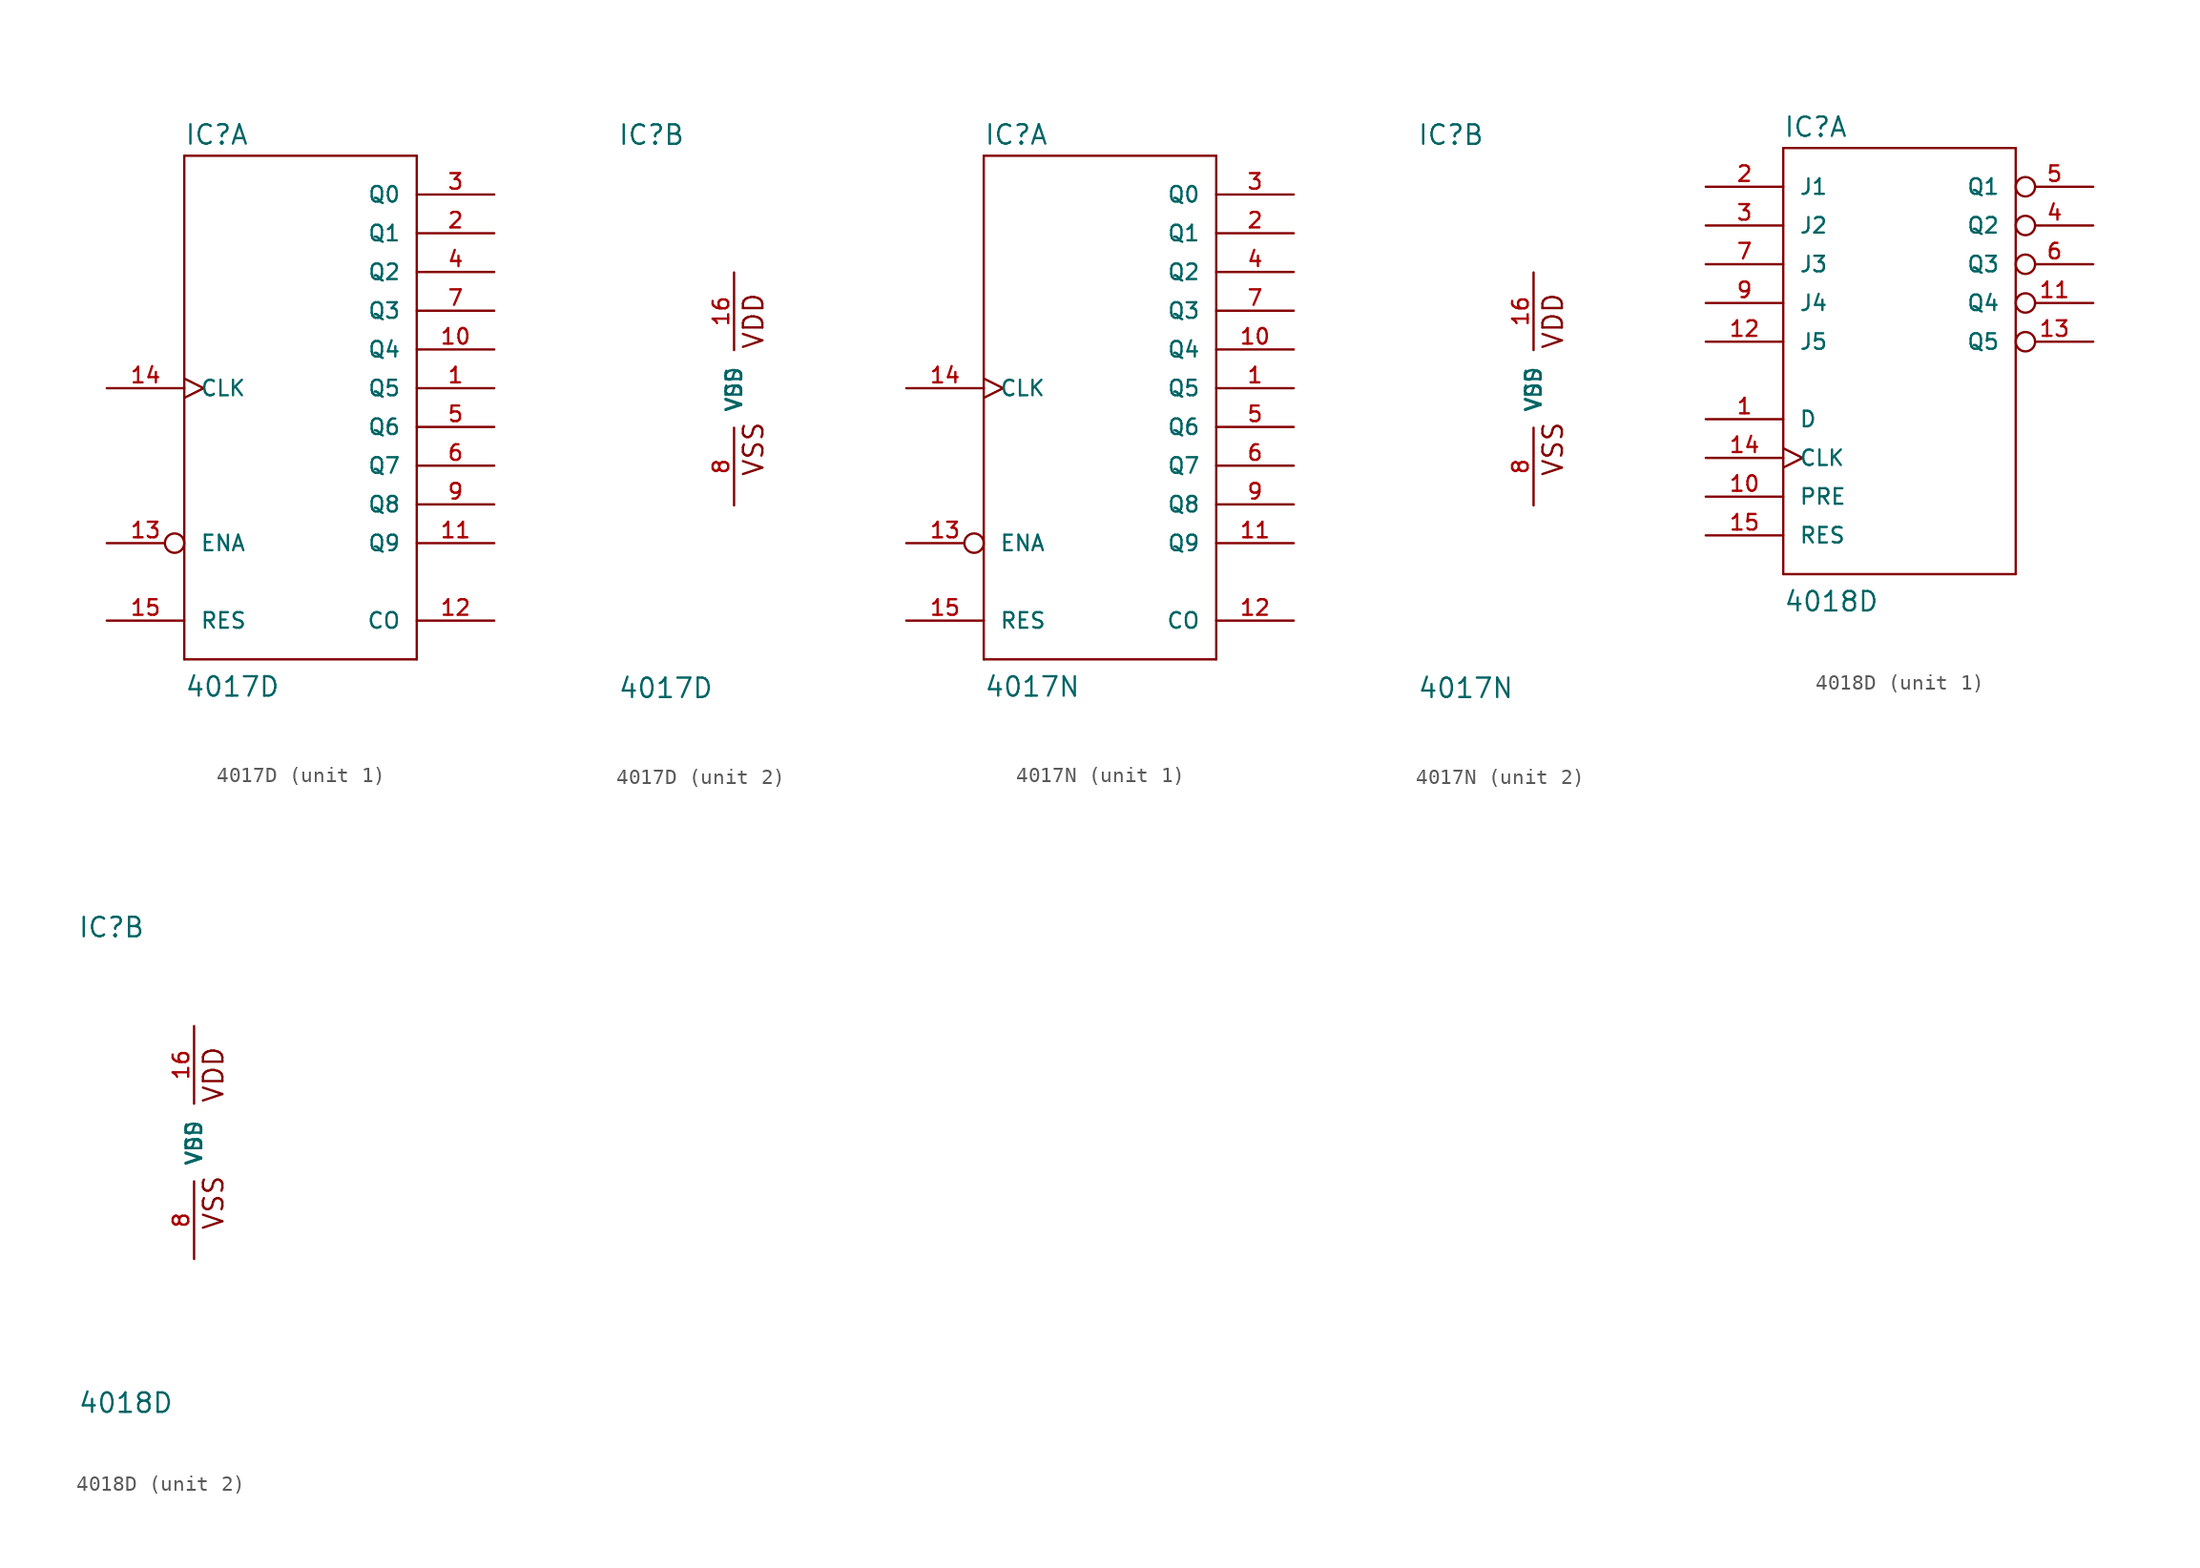
<source format=kicad_sym>
(kicad_symbol_lib
  (version 20211014)
  (generator kicad_symbol_editor)
  (symbol "4017D"
    (pin_names
      (offset 1.016))
    (property "Reference" "IC"
      (at -7.62 15.875 0)
      (effects (font (size 1.27 1.27)) (justify left bottom)))
    (property "Value" "4017D"
      (at -7.62 -20.32 0)
      (effects (font (size 1.27 1.27)) (justify left bottom)))
    (property "ki_locked" ""
      (at 0 0 0)
      (effects (font (size 1.27 1.27))))
    (symbol "4017D_1_0"
      (polyline (pts (xy -7.62 -17.78) (xy 7.62 -17.78)) (stroke (width 0) (type default) (color 0 0 0 0)) (fill (type none)))
      (polyline (pts (xy -7.62 15.24) (xy -7.62 -17.78)) (stroke (width 0) (type default) (color 0 0 0 0)) (fill (type none)))
      (polyline (pts (xy 7.62 -17.78) (xy 7.62 15.24)) (stroke (width 0) (type default) (color 0 0 0 0)) (fill (type none)))
      (polyline (pts (xy 7.62 15.24) (xy -7.62 15.24)) (stroke (width 0) (type default) (color 0 0 0 0)) (fill (type none))))
    (symbol "4017D_1_1"
      (pin output line (at 12.7 0 180) (length 5.08) (name "Q5" (effects (font (size 1.016 1.016)))) (number "1" (effects (font (size 1.016 1.016)))))
      (pin output line (at 12.7 2.54 180) (length 5.08) (name "Q4" (effects (font (size 1.016 1.016)))) (number "10" (effects (font (size 1.016 1.016)))))
      (pin output line (at 12.7 -10.16 180) (length 5.08) (name "Q9" (effects (font (size 1.016 1.016)))) (number "11" (effects (font (size 1.016 1.016)))))
      (pin output line (at 12.7 -15.24 180) (length 5.08) (name "CO" (effects (font (size 1.016 1.016)))) (number "12" (effects (font (size 1.016 1.016)))))
      (pin input inverted (at -12.7 -10.16 0) (length 5.08) (name "ENA" (effects (font (size 1.016 1.016)))) (number "13" (effects (font (size 1.016 1.016)))))
      (pin input clock (at -12.7 0 0) (length 5.08) (name "CLK" (effects (font (size 1.016 1.016)))) (number "14" (effects (font (size 1.016 1.016)))))
      (pin input line (at -12.7 -15.24 0) (length 5.08) (name "RES" (effects (font (size 1.016 1.016)))) (number "15" (effects (font (size 1.016 1.016)))))
      (pin output line (at 12.7 10.16 180) (length 5.08) (name "Q1" (effects (font (size 1.016 1.016)))) (number "2" (effects (font (size 1.016 1.016)))))
      (pin output line (at 12.7 12.7 180) (length 5.08) (name "Q0" (effects (font (size 1.016 1.016)))) (number "3" (effects (font (size 1.016 1.016)))))
      (pin output line (at 12.7 7.62 180) (length 5.08) (name "Q2" (effects (font (size 1.016 1.016)))) (number "4" (effects (font (size 1.016 1.016)))))
      (pin output line (at 12.7 -2.54 180) (length 5.08) (name "Q6" (effects (font (size 1.016 1.016)))) (number "5" (effects (font (size 1.016 1.016)))))
      (pin output line (at 12.7 -5.08 180) (length 5.08) (name "Q7" (effects (font (size 1.016 1.016)))) (number "6" (effects (font (size 1.016 1.016)))))
      (pin output line (at 12.7 5.08 180) (length 5.08) (name "Q3" (effects (font (size 1.016 1.016)))) (number "7" (effects (font (size 1.016 1.016)))))
      (pin output line (at 12.7 -7.62 180) (length 5.08) (name "Q8" (effects (font (size 1.016 1.016)))) (number "9" (effects (font (size 1.016 1.016))))))
    (symbol "4017D_2_0"
      (text "VDD" (at 1.27 4.445 1) (effects (font (size 1.27 1.27))))
      (text "VSS" (at 1.27 -3.937 1) (effects (font (size 1.27 1.27)))))
    (symbol "4017D_2_1"
      (pin power_in line (at 0 7.62 270) (length 5.08) (name "VDD" (effects (font (size 1.016 1.016)))) (number "16" (effects (font (size 1.016 1.016)))))
      (pin power_in line (at 0 -7.62 90) (length 5.08) (name "VSS" (effects (font (size 1.016 1.016)))) (number "8" (effects (font (size 1.016 1.016)))))))
  (symbol "4017N"
    (pin_names
      (offset 1.016))
    (property "Reference" "IC"
      (at -7.62 15.875 0)
      (effects (font (size 1.27 1.27)) (justify left bottom)))
    (property "Value" "4017N"
      (at -7.62 -20.32 0)
      (effects (font (size 1.27 1.27)) (justify left bottom)))
    (property "ki_locked" ""
      (at 0 0 0)
      (effects (font (size 1.27 1.27))))
    (symbol "4017N_1_0"
      (polyline (pts (xy -7.62 -17.78) (xy 7.62 -17.78)) (stroke (width 0) (type default) (color 0 0 0 0)) (fill (type none)))
      (polyline (pts (xy -7.62 15.24) (xy -7.62 -17.78)) (stroke (width 0) (type default) (color 0 0 0 0)) (fill (type none)))
      (polyline (pts (xy 7.62 -17.78) (xy 7.62 15.24)) (stroke (width 0) (type default) (color 0 0 0 0)) (fill (type none)))
      (polyline (pts (xy 7.62 15.24) (xy -7.62 15.24)) (stroke (width 0) (type default) (color 0 0 0 0)) (fill (type none))))
    (symbol "4017N_1_1"
      (pin output line (at 12.7 0 180) (length 5.08) (name "Q5" (effects (font (size 1.016 1.016)))) (number "1" (effects (font (size 1.016 1.016)))))
      (pin output line (at 12.7 2.54 180) (length 5.08) (name "Q4" (effects (font (size 1.016 1.016)))) (number "10" (effects (font (size 1.016 1.016)))))
      (pin output line (at 12.7 -10.16 180) (length 5.08) (name "Q9" (effects (font (size 1.016 1.016)))) (number "11" (effects (font (size 1.016 1.016)))))
      (pin output line (at 12.7 -15.24 180) (length 5.08) (name "CO" (effects (font (size 1.016 1.016)))) (number "12" (effects (font (size 1.016 1.016)))))
      (pin input inverted (at -12.7 -10.16 0) (length 5.08) (name "ENA" (effects (font (size 1.016 1.016)))) (number "13" (effects (font (size 1.016 1.016)))))
      (pin input clock (at -12.7 0 0) (length 5.08) (name "CLK" (effects (font (size 1.016 1.016)))) (number "14" (effects (font (size 1.016 1.016)))))
      (pin input line (at -12.7 -15.24 0) (length 5.08) (name "RES" (effects (font (size 1.016 1.016)))) (number "15" (effects (font (size 1.016 1.016)))))
      (pin output line (at 12.7 10.16 180) (length 5.08) (name "Q1" (effects (font (size 1.016 1.016)))) (number "2" (effects (font (size 1.016 1.016)))))
      (pin output line (at 12.7 12.7 180) (length 5.08) (name "Q0" (effects (font (size 1.016 1.016)))) (number "3" (effects (font (size 1.016 1.016)))))
      (pin output line (at 12.7 7.62 180) (length 5.08) (name "Q2" (effects (font (size 1.016 1.016)))) (number "4" (effects (font (size 1.016 1.016)))))
      (pin output line (at 12.7 -2.54 180) (length 5.08) (name "Q6" (effects (font (size 1.016 1.016)))) (number "5" (effects (font (size 1.016 1.016)))))
      (pin output line (at 12.7 -5.08 180) (length 5.08) (name "Q7" (effects (font (size 1.016 1.016)))) (number "6" (effects (font (size 1.016 1.016)))))
      (pin output line (at 12.7 5.08 180) (length 5.08) (name "Q3" (effects (font (size 1.016 1.016)))) (number "7" (effects (font (size 1.016 1.016)))))
      (pin output line (at 12.7 -7.62 180) (length 5.08) (name "Q8" (effects (font (size 1.016 1.016)))) (number "9" (effects (font (size 1.016 1.016))))))
    (symbol "4017N_2_0"
      (text "VDD" (at 1.27 4.445 1) (effects (font (size 1.27 1.27))))
      (text "VSS" (at 1.27 -3.937 1) (effects (font (size 1.27 1.27)))))
    (symbol "4017N_2_1"
      (pin power_in line (at 0 7.62 270) (length 5.08) (name "VDD" (effects (font (size 1.016 1.016)))) (number "16" (effects (font (size 1.016 1.016)))))
      (pin power_in line (at 0 -7.62 90) (length 5.08) (name "VSS" (effects (font (size 1.016 1.016)))) (number "8" (effects (font (size 1.016 1.016)))))))
  (symbol "4018D"
    (pin_names
      (offset 1.016))
    (property "Reference" "IC"
      (at -7.62 13.335 0)
      (effects (font (size 1.27 1.27)) (justify left bottom)))
    (property "Value" "4018D"
      (at -7.62 -17.78 0)
      (effects (font (size 1.27 1.27)) (justify left bottom)))
    (property "ki_locked" ""
      (at 0 0 0)
      (effects (font (size 1.27 1.27))))
    (symbol "4018D_1_0"
      (polyline (pts (xy -7.62 -15.24) (xy 7.62 -15.24)) (stroke (width 0) (type default) (color 0 0 0 0)) (fill (type none)))
      (polyline (pts (xy -7.62 12.7) (xy -7.62 -15.24)) (stroke (width 0) (type default) (color 0 0 0 0)) (fill (type none)))
      (polyline (pts (xy 7.62 -15.24) (xy 7.62 12.7)) (stroke (width 0) (type default) (color 0 0 0 0)) (fill (type none)))
      (polyline (pts (xy 7.62 12.7) (xy -7.62 12.7)) (stroke (width 0) (type default) (color 0 0 0 0)) (fill (type none))))
    (symbol "4018D_1_1"
      (pin input line (at -12.7 -5.08 0) (length 5.08) (name "D" (effects (font (size 1.016 1.016)))) (number "1" (effects (font (size 1.016 1.016)))))
      (pin input line (at -12.7 -10.16 0) (length 5.08) (name "PRE" (effects (font (size 1.016 1.016)))) (number "10" (effects (font (size 1.016 1.016)))))
      (pin output inverted (at 12.7 2.54 180) (length 5.08) (name "Q4" (effects (font (size 1.016 1.016)))) (number "11" (effects (font (size 1.016 1.016)))))
      (pin input line (at -12.7 0 0) (length 5.08) (name "J5" (effects (font (size 1.016 1.016)))) (number "12" (effects (font (size 1.016 1.016)))))
      (pin output inverted (at 12.7 0 180) (length 5.08) (name "Q5" (effects (font (size 1.016 1.016)))) (number "13" (effects (font (size 1.016 1.016)))))
      (pin input clock (at -12.7 -7.62 0) (length 5.08) (name "CLK" (effects (font (size 1.016 1.016)))) (number "14" (effects (font (size 1.016 1.016)))))
      (pin input line (at -12.7 -12.7 0) (length 5.08) (name "RES" (effects (font (size 1.016 1.016)))) (number "15" (effects (font (size 1.016 1.016)))))
      (pin input line (at -12.7 10.16 0) (length 5.08) (name "J1" (effects (font (size 1.016 1.016)))) (number "2" (effects (font (size 1.016 1.016)))))
      (pin input line (at -12.7 7.62 0) (length 5.08) (name "J2" (effects (font (size 1.016 1.016)))) (number "3" (effects (font (size 1.016 1.016)))))
      (pin output inverted (at 12.7 7.62 180) (length 5.08) (name "Q2" (effects (font (size 1.016 1.016)))) (number "4" (effects (font (size 1.016 1.016)))))
      (pin output inverted (at 12.7 10.16 180) (length 5.08) (name "Q1" (effects (font (size 1.016 1.016)))) (number "5" (effects (font (size 1.016 1.016)))))
      (pin output inverted (at 12.7 5.08 180) (length 5.08) (name "Q3" (effects (font (size 1.016 1.016)))) (number "6" (effects (font (size 1.016 1.016)))))
      (pin input line (at -12.7 5.08 0) (length 5.08) (name "J3" (effects (font (size 1.016 1.016)))) (number "7" (effects (font (size 1.016 1.016)))))
      (pin input line (at -12.7 2.54 0) (length 5.08) (name "J4" (effects (font (size 1.016 1.016)))) (number "9" (effects (font (size 1.016 1.016))))))
    (symbol "4018D_2_0"
      (text "VDD" (at 1.27 4.445 1) (effects (font (size 1.27 1.27))))
      (text "VSS" (at 1.27 -3.937 1) (effects (font (size 1.27 1.27)))))
    (symbol "4018D_2_1"
      (pin power_in line (at 0 7.62 270) (length 5.08) (name "VDD" (effects (font (size 1.016 1.016)))) (number "16" (effects (font (size 1.016 1.016)))))
      (pin power_in line (at 0 -7.62 90) (length 5.08) (name "VSS" (effects (font (size 1.016 1.016)))) (number "8" (effects (font (size 1.016 1.016))))))))
</source>
